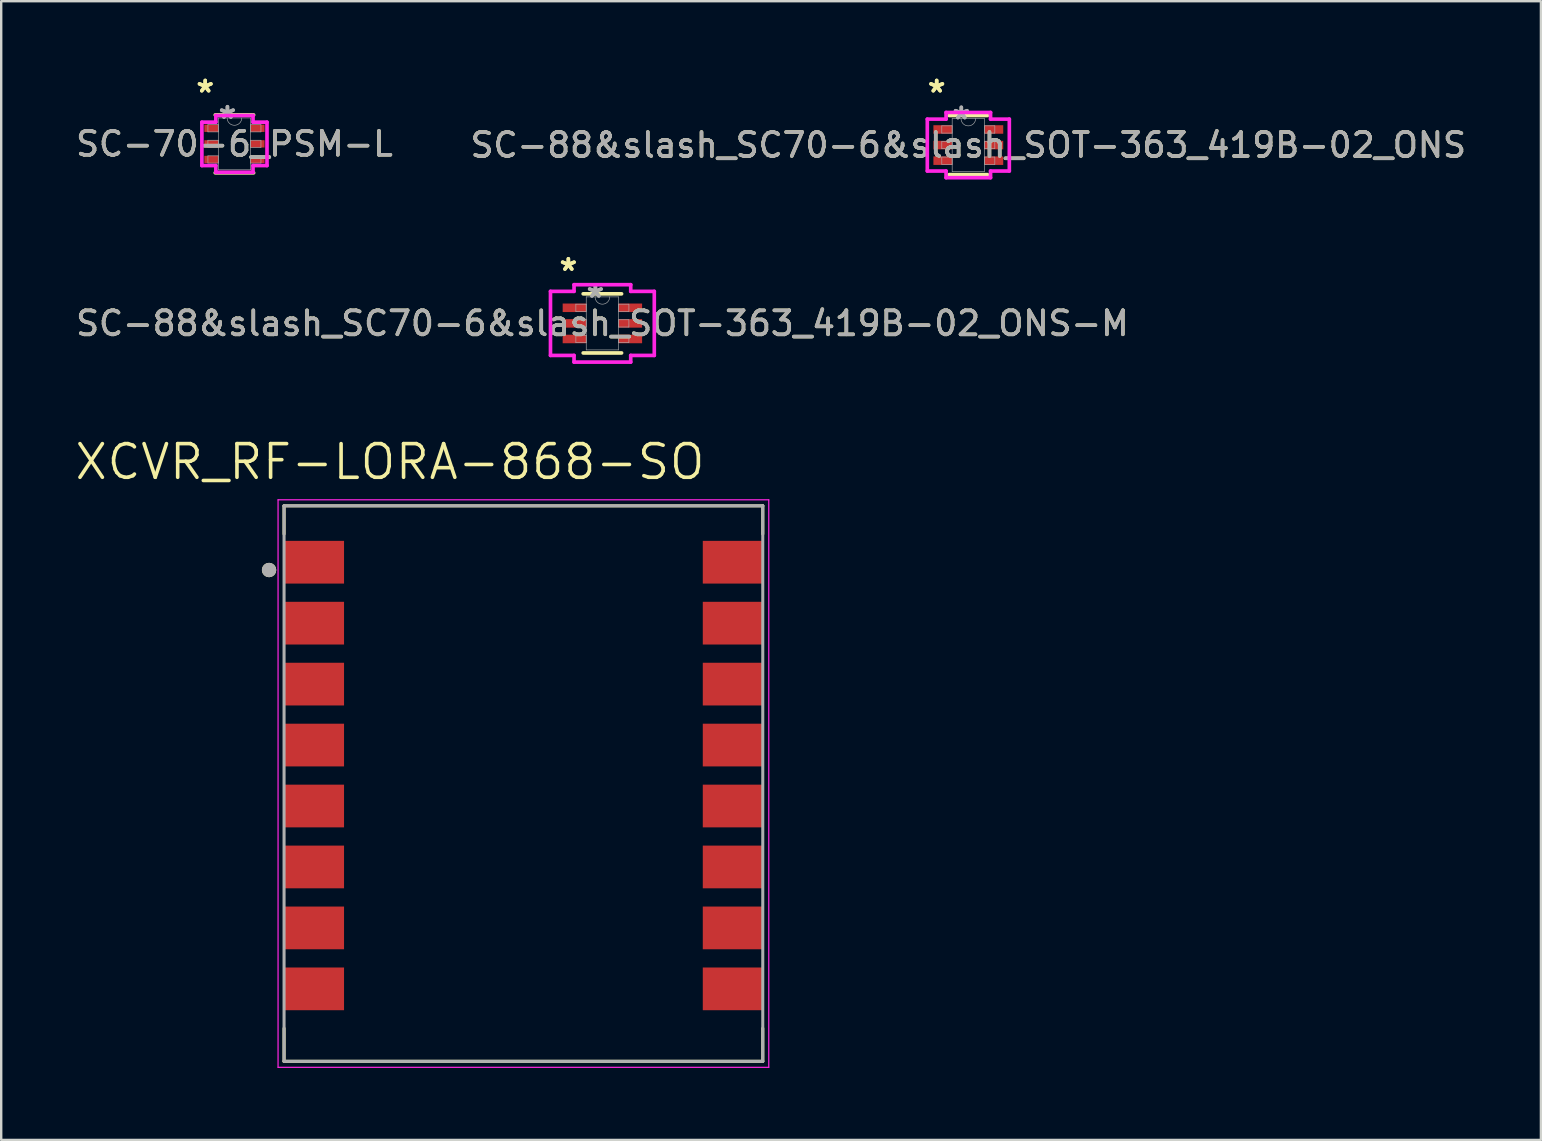
<source format=kicad_pcb>
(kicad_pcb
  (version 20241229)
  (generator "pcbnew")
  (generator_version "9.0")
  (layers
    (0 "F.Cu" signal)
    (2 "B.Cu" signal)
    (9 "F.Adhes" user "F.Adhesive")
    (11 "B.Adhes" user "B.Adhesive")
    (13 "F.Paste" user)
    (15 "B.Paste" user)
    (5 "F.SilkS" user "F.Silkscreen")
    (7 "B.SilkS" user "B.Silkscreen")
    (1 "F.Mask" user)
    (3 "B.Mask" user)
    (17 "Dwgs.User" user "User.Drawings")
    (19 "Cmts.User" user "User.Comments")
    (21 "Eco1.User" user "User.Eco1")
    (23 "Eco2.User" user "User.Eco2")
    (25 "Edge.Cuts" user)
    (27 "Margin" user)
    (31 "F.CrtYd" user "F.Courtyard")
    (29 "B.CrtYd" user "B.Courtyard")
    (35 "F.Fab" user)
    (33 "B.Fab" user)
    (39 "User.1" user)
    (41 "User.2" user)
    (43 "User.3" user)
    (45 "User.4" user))
  (footprint "SC-88&slash_SC70-6&slash_SOT-363_419B-02_ONS-M"
    (layer "F.Cu")
    (at 22.054 10.427)
    (property "Reference" "SC-88&slash_SC70-6&slash_SOT-363_419B-02_ONS-M" (at 0 0 0) (unlocked yes) (layer "F.SilkS") (effects (font (size 1 1) (thickness 0.15))))
    (attr smd)
    (fp_line (start -0.8 1.232) (end 0.8 1.232) (stroke (width 0.152) (type solid)) (layer "F.SilkS"))
    (fp_line (start 0.8 -1.232) (end -0.8 -1.232) (stroke (width 0.152) (type solid)) (layer "F.SilkS"))
    (fp_line (start -2.163 -1.335) (end -1.181 -1.335) (stroke (width 0.152) (type solid)) (layer "F.CrtYd"))
    (fp_line (start -2.163 1.335) (end -2.163 -1.335) (stroke (width 0.152) (type solid)) (layer "F.CrtYd"))
    (fp_line (start -2.163 1.335) (end -1.181 1.335) (stroke (width 0.152) (type solid)) (layer "F.CrtYd"))
    (fp_line (start -1.181 -1.613) (end 1.181 -1.613) (stroke (width 0.152) (type solid)) (layer "F.CrtYd"))
    (fp_line (start -1.181 -1.335) (end -1.181 -1.613) (stroke (width 0.152) (type solid)) (layer "F.CrtYd"))
    (fp_line (start -1.181 1.613) (end -1.181 1.335) (stroke (width 0.152) (type solid)) (layer "F.CrtYd"))
    (fp_line (start 1.181 -1.613) (end 1.181 -1.335) (stroke (width 0.152) (type solid)) (layer "F.CrtYd"))
    (fp_line (start 1.181 1.335) (end 1.181 1.613) (stroke (width 0.152) (type solid)) (layer "F.CrtYd"))
    (fp_line (start 1.181 1.613) (end -1.181 1.613) (stroke (width 0.152) (type solid)) (layer "F.CrtYd"))
    (fp_line (start 2.163 -1.335) (end 1.181 -1.335) (stroke (width 0.152) (type solid)) (layer "F.CrtYd"))
    (fp_line (start 2.163 -1.335) (end 2.163 1.335) (stroke (width 0.152) (type solid)) (layer "F.CrtYd"))
    (fp_line (start 2.163 1.335) (end 1.181 1.335) (stroke (width 0.152) (type solid)) (layer "F.CrtYd"))
    (fp_line (start -1.105 -0.802) (end -1.105 -0.498) (stroke (width 0.025) (type solid)) (layer "F.Fab"))
    (fp_line (start -1.105 -0.498) (end -0.673 -0.498) (stroke (width 0.025) (type solid)) (layer "F.Fab"))
    (fp_line (start -1.105 -0.152) (end -1.105 0.152) (stroke (width 0.025) (type solid)) (layer "F.Fab"))
    (fp_line (start -1.105 0.152) (end -0.673 0.152) (stroke (width 0.025) (type solid)) (layer "F.Fab"))
    (fp_line (start -1.105 0.498) (end -1.105 0.802) (stroke (width 0.025) (type solid)) (layer "F.Fab"))
    (fp_line (start -1.105 0.802) (end -0.673 0.802) (stroke (width 0.025) (type solid)) (layer "F.Fab"))
    (fp_line (start -0.673 -1.105) (end -0.673 1.105) (stroke (width 0.025) (type solid)) (layer "F.Fab"))
    (fp_line (start -0.673 -0.802) (end -1.105 -0.802) (stroke (width 0.025) (type solid)) (layer "F.Fab"))
    (fp_line (start -0.673 -0.498) (end -0.673 -0.802) (stroke (width 0.025) (type solid)) (layer "F.Fab"))
    (fp_line (start -0.673 -0.152) (end -1.105 -0.152) (stroke (width 0.025) (type solid)) (layer "F.Fab"))
    (fp_line (start -0.673 0.152) (end -0.673 -0.152) (stroke (width 0.025) (type solid)) (layer "F.Fab"))
    (fp_line (start -0.673 0.498) (end -1.105 0.498) (stroke (width 0.025) (type solid)) (layer "F.Fab"))
    (fp_line (start -0.673 0.802) (end -0.673 0.498) (stroke (width 0.025) (type solid)) (layer "F.Fab"))
    (fp_line (start -0.673 1.105) (end 0.673 1.105) (stroke (width 0.025) (type solid)) (layer "F.Fab"))
    (fp_line (start 0.673 -1.105) (end -0.673 -1.105) (stroke (width 0.025) (type solid)) (layer "F.Fab"))
    (fp_line (start 0.673 -0.802) (end 0.673 -0.498) (stroke (width 0.025) (type solid)) (layer "F.Fab"))
    (fp_line (start 0.673 -0.498) (end 1.105 -0.498) (stroke (width 0.025) (type solid)) (layer "F.Fab"))
    (fp_line (start 0.673 -0.152) (end 0.673 0.152) (stroke (width 0.025) (type solid)) (layer "F.Fab"))
    (fp_line (start 0.673 0.152) (end 1.105 0.152) (stroke (width 0.025) (type solid)) (layer "F.Fab"))
    (fp_line (start 0.673 0.498) (end 0.673 0.802) (stroke (width 0.025) (type solid)) (layer "F.Fab"))
    (fp_line (start 0.673 0.802) (end 1.105 0.802) (stroke (width 0.025) (type solid)) (layer "F.Fab"))
    (fp_line (start 0.673 1.105) (end 0.673 -1.105) (stroke (width 0.025) (type solid)) (layer "F.Fab"))
    (fp_line (start 1.105 -0.802) (end 0.673 -0.802) (stroke (width 0.025) (type solid)) (layer "F.Fab"))
    (fp_line (start 1.105 -0.498) (end 1.105 -0.802) (stroke (width 0.025) (type solid)) (layer "F.Fab"))
    (fp_line (start 1.105 -0.152) (end 0.673 -0.152) (stroke (width 0.025) (type solid)) (layer "F.Fab"))
    (fp_line (start 1.105 0.152) (end 1.105 -0.152) (stroke (width 0.025) (type solid)) (layer "F.Fab"))
    (fp_line (start 1.105 0.498) (end 0.673 0.498) (stroke (width 0.025) (type solid)) (layer "F.Fab"))
    (fp_line (start 1.105 0.802) (end 1.105 0.498) (stroke (width 0.025) (type solid)) (layer "F.Fab"))
    (fp_arc (start 0.3048 -1.1049) (mid 0 -0.8001) (end -0.3048 -1.1049) (stroke (width 0.0254) (type solid)) (layer "F.Fab"))
    (fp_text user "*" (at -1.418 -2.148 0) (unlocked yes) (layer "F.SilkS") (effects (font (size 1 1) (thickness 0.15))))
    (fp_text user "*" (at -1.418 -2.148 0) (layer "F.SilkS") (effects (font (size 1 1) (thickness 0.15))))
    (fp_text user "*" (at -0.292 -1.029 0) (unlocked yes) (layer "F.Fab") (effects (font (size 1 1) (thickness 0.15))))
    (fp_text user "${REFERENCE}" (at 0 0 0) (unlocked yes) (layer "F.Fab") (effects (font (size 1 1) (thickness 0.15))))
    (fp_text user "*" (at -0.292 -1.029 0) (layer "F.Fab") (effects (font (size 1 1) (thickness 0.15))))
    (pad "1" smd rect (at -1.164 -0.65) (size 0.982 0.355) (layers "F.Cu" "F.Mask" "F.Paste"))
    (pad "2" smd rect (at -1.164 0) (size 0.982 0.355) (layers "F.Cu" "F.Mask" "F.Paste"))
    (pad "3" smd rect (at -1.164 0.65) (size 0.982 0.355) (layers "F.Cu" "F.Mask" "F.Paste"))
    (pad "4" smd rect (at 1.164 0.65) (size 0.982 0.355) (layers "F.Cu" "F.Mask" "F.Paste"))
    (pad "5" smd rect (at 1.164 0) (size 0.982 0.355) (layers "F.Cu" "F.Mask" "F.Paste"))
    (pad "6" smd rect (at 1.164 -0.65) (size 0.982 0.355) (layers "F.Cu" "F.Mask" "F.Paste")))
  (footprint "SC-88&slash_SC70-6&slash_SOT-363_419B-02_ONS"
    (layer "F.Cu")
    (at 37.304 2.996)
    (property "Reference" "SC-88&slash_SC70-6&slash_SOT-363_419B-02_ONS" (at 0 0 0) (unlocked yes) (layer "F.SilkS") (effects (font (size 1 1) (thickness 0.15))))
    (attr smd)
    (fp_line (start -0.8 1.232) (end 0.8 1.232) (stroke (width 0.152) (type solid)) (layer "F.SilkS"))
    (fp_line (start 0.8 -1.232) (end -0.8 -1.232) (stroke (width 0.152) (type solid)) (layer "F.SilkS"))
    (fp_line (start -1.709 -1.081) (end -0.927 -1.081) (stroke (width 0.152) (type solid)) (layer "F.CrtYd"))
    (fp_line (start -1.709 1.081) (end -1.709 -1.081) (stroke (width 0.152) (type solid)) (layer "F.CrtYd"))
    (fp_line (start -1.709 1.081) (end -0.927 1.081) (stroke (width 0.152) (type solid)) (layer "F.CrtYd"))
    (fp_line (start -0.927 -1.359) (end 0.927 -1.359) (stroke (width 0.152) (type solid)) (layer "F.CrtYd"))
    (fp_line (start -0.927 -1.081) (end -0.927 -1.359) (stroke (width 0.152) (type solid)) (layer "F.CrtYd"))
    (fp_line (start -0.927 1.359) (end -0.927 1.081) (stroke (width 0.152) (type solid)) (layer "F.CrtYd"))
    (fp_line (start 0.927 -1.359) (end 0.927 -1.081) (stroke (width 0.152) (type solid)) (layer "F.CrtYd"))
    (fp_line (start 0.927 1.081) (end 0.927 1.359) (stroke (width 0.152) (type solid)) (layer "F.CrtYd"))
    (fp_line (start 0.927 1.359) (end -0.927 1.359) (stroke (width 0.152) (type solid)) (layer "F.CrtYd"))
    (fp_line (start 1.709 -1.081) (end 0.927 -1.081) (stroke (width 0.152) (type solid)) (layer "F.CrtYd"))
    (fp_line (start 1.709 -1.081) (end 1.709 1.081) (stroke (width 0.152) (type solid)) (layer "F.CrtYd"))
    (fp_line (start 1.709 1.081) (end 0.927 1.081) (stroke (width 0.152) (type solid)) (layer "F.CrtYd"))
    (fp_line (start -1.105 -0.802) (end -1.105 -0.498) (stroke (width 0.025) (type solid)) (layer "F.Fab"))
    (fp_line (start -1.105 -0.498) (end -0.673 -0.498) (stroke (width 0.025) (type solid)) (layer "F.Fab"))
    (fp_line (start -1.105 -0.152) (end -1.105 0.152) (stroke (width 0.025) (type solid)) (layer "F.Fab"))
    (fp_line (start -1.105 0.152) (end -0.673 0.152) (stroke (width 0.025) (type solid)) (layer "F.Fab"))
    (fp_line (start -1.105 0.498) (end -1.105 0.802) (stroke (width 0.025) (type solid)) (layer "F.Fab"))
    (fp_line (start -1.105 0.802) (end -0.673 0.802) (stroke (width 0.025) (type solid)) (layer "F.Fab"))
    (fp_line (start -0.673 -1.105) (end -0.673 1.105) (stroke (width 0.025) (type solid)) (layer "F.Fab"))
    (fp_line (start -0.673 -0.802) (end -1.105 -0.802) (stroke (width 0.025) (type solid)) (layer "F.Fab"))
    (fp_line (start -0.673 -0.498) (end -0.673 -0.802) (stroke (width 0.025) (type solid)) (layer "F.Fab"))
    (fp_line (start -0.673 -0.152) (end -1.105 -0.152) (stroke (width 0.025) (type solid)) (layer "F.Fab"))
    (fp_line (start -0.673 0.152) (end -0.673 -0.152) (stroke (width 0.025) (type solid)) (layer "F.Fab"))
    (fp_line (start -0.673 0.498) (end -1.105 0.498) (stroke (width 0.025) (type solid)) (layer "F.Fab"))
    (fp_line (start -0.673 0.802) (end -0.673 0.498) (stroke (width 0.025) (type solid)) (layer "F.Fab"))
    (fp_line (start -0.673 1.105) (end 0.673 1.105) (stroke (width 0.025) (type solid)) (layer "F.Fab"))
    (fp_line (start 0.673 -1.105) (end -0.673 -1.105) (stroke (width 0.025) (type solid)) (layer "F.Fab"))
    (fp_line (start 0.673 -0.802) (end 0.673 -0.498) (stroke (width 0.025) (type solid)) (layer "F.Fab"))
    (fp_line (start 0.673 -0.498) (end 1.105 -0.498) (stroke (width 0.025) (type solid)) (layer "F.Fab"))
    (fp_line (start 0.673 -0.152) (end 0.673 0.152) (stroke (width 0.025) (type solid)) (layer "F.Fab"))
    (fp_line (start 0.673 0.152) (end 1.105 0.152) (stroke (width 0.025) (type solid)) (layer "F.Fab"))
    (fp_line (start 0.673 0.498) (end 0.673 0.802) (stroke (width 0.025) (type solid)) (layer "F.Fab"))
    (fp_line (start 0.673 0.802) (end 1.105 0.802) (stroke (width 0.025) (type solid)) (layer "F.Fab"))
    (fp_line (start 0.673 1.105) (end 0.673 -1.105) (stroke (width 0.025) (type solid)) (layer "F.Fab"))
    (fp_line (start 1.105 -0.802) (end 0.673 -0.802) (stroke (width 0.025) (type solid)) (layer "F.Fab"))
    (fp_line (start 1.105 -0.498) (end 1.105 -0.802) (stroke (width 0.025) (type solid)) (layer "F.Fab"))
    (fp_line (start 1.105 -0.152) (end 0.673 -0.152) (stroke (width 0.025) (type solid)) (layer "F.Fab"))
    (fp_line (start 1.105 0.152) (end 1.105 -0.152) (stroke (width 0.025) (type solid)) (layer "F.Fab"))
    (fp_line (start 1.105 0.498) (end 0.673 0.498) (stroke (width 0.025) (type solid)) (layer "F.Fab"))
    (fp_line (start 1.105 0.802) (end 1.105 0.498) (stroke (width 0.025) (type solid)) (layer "F.Fab"))
    (fp_arc (start 0.3048 -1.1049) (mid 0 -0.8001) (end -0.3048 -1.1049) (stroke (width 0.0254) (type solid)) (layer "F.Fab"))
    (fp_text user "*" (at -1.318 -2.148 0) (unlocked yes) (layer "F.SilkS") (effects (font (size 1 1) (thickness 0.15))))
    (fp_text user "*" (at -1.318 -2.148 0) (layer "F.SilkS") (effects (font (size 1 1) (thickness 0.15))))
    (fp_text user "*" (at -0.292 -1.029 0) (layer "F.Fab") (effects (font (size 1 1) (thickness 0.15))))
    (fp_text user "${REFERENCE}" (at 0 0 0) (unlocked yes) (layer "F.Fab") (effects (font (size 1 1) (thickness 0.15))))
    (fp_text user "*" (at -0.292 -1.029 0) (unlocked yes) (layer "F.Fab") (effects (font (size 1 1) (thickness 0.15))))
    (pad "1" smd rect (at -1.064 -0.65) (size 0.782 0.355) (layers "F.Cu" "F.Mask" "F.Paste"))
    (pad "2" smd rect (at -1.064 0) (size 0.782 0.355) (layers "F.Cu" "F.Mask" "F.Paste"))
    (pad "3" smd rect (at -1.064 0.65) (size 0.782 0.355) (layers "F.Cu" "F.Mask" "F.Paste"))
    (pad "4" smd rect (at 1.064 0.65) (size 0.782 0.355) (layers "F.Cu" "F.Mask" "F.Paste"))
    (pad "5" smd rect (at 1.064 0) (size 0.782 0.355) (layers "F.Cu" "F.Mask" "F.Paste"))
    (pad "6" smd rect (at 1.064 -0.65) (size 0.782 0.355) (layers "F.Cu" "F.Mask" "F.Paste")))
  (footprint "SC-70-6_PSM-L"
    (layer "F.Cu")
    (at 6.72 2.946)
    (property "Reference" "SC-70-6_PSM-L" (at 0 0 0) (unlocked yes) (layer "F.SilkS") (effects (font (size 1 1) (thickness 0.15))))
    (attr smd)
    (fp_line (start -0.8 1.206) (end 0.8 1.206) (stroke (width 0.152) (type solid)) (layer "F.SilkS"))
    (fp_line (start 0.8 -1.206) (end -0.8 -1.206) (stroke (width 0.152) (type solid)) (layer "F.SilkS"))
    (fp_line (start -1.357 -0.904) (end -0.775 -0.904) (stroke (width 0.152) (type solid)) (layer "F.CrtYd"))
    (fp_line (start -1.357 0.904) (end -1.357 -0.904) (stroke (width 0.152) (type solid)) (layer "F.CrtYd"))
    (fp_line (start -1.357 0.904) (end -0.775 0.904) (stroke (width 0.152) (type solid)) (layer "F.CrtYd"))
    (fp_line (start -0.775 -1.181) (end 0.775 -1.181) (stroke (width 0.152) (type solid)) (layer "F.CrtYd"))
    (fp_line (start -0.775 -0.904) (end -0.775 -1.181) (stroke (width 0.152) (type solid)) (layer "F.CrtYd"))
    (fp_line (start -0.775 1.181) (end -0.775 0.904) (stroke (width 0.152) (type solid)) (layer "F.CrtYd"))
    (fp_line (start 0.775 -1.181) (end 0.775 -0.904) (stroke (width 0.152) (type solid)) (layer "F.CrtYd"))
    (fp_line (start 0.775 0.904) (end 0.775 1.181) (stroke (width 0.152) (type solid)) (layer "F.CrtYd"))
    (fp_line (start 0.775 1.181) (end -0.775 1.181) (stroke (width 0.152) (type solid)) (layer "F.CrtYd"))
    (fp_line (start 1.357 -0.904) (end 0.775 -0.904) (stroke (width 0.152) (type solid)) (layer "F.CrtYd"))
    (fp_line (start 1.357 -0.904) (end 1.357 0.904) (stroke (width 0.152) (type solid)) (layer "F.CrtYd"))
    (fp_line (start 1.357 0.904) (end 0.775 0.904) (stroke (width 0.152) (type solid)) (layer "F.CrtYd"))
    (fp_line (start -1.105 -0.802) (end -1.105 -0.498) (stroke (width 0.025) (type solid)) (layer "F.Fab"))
    (fp_line (start -1.105 -0.498) (end -0.673 -0.498) (stroke (width 0.025) (type solid)) (layer "F.Fab"))
    (fp_line (start -1.105 -0.152) (end -1.105 0.152) (stroke (width 0.025) (type solid)) (layer "F.Fab"))
    (fp_line (start -1.105 0.152) (end -0.673 0.152) (stroke (width 0.025) (type solid)) (layer "F.Fab"))
    (fp_line (start -1.105 0.498) (end -1.105 0.802) (stroke (width 0.025) (type solid)) (layer "F.Fab"))
    (fp_line (start -1.105 0.802) (end -0.673 0.802) (stroke (width 0.025) (type solid)) (layer "F.Fab"))
    (fp_line (start -0.673 -1.079) (end -0.673 1.079) (stroke (width 0.025) (type solid)) (layer "F.Fab"))
    (fp_line (start -0.673 -0.802) (end -1.105 -0.802) (stroke (width 0.025) (type solid)) (layer "F.Fab"))
    (fp_line (start -0.673 -0.498) (end -0.673 -0.802) (stroke (width 0.025) (type solid)) (layer "F.Fab"))
    (fp_line (start -0.673 -0.152) (end -1.105 -0.152) (stroke (width 0.025) (type solid)) (layer "F.Fab"))
    (fp_line (start -0.673 0.152) (end -0.673 -0.152) (stroke (width 0.025) (type solid)) (layer "F.Fab"))
    (fp_line (start -0.673 0.498) (end -1.105 0.498) (stroke (width 0.025) (type solid)) (layer "F.Fab"))
    (fp_line (start -0.673 0.802) (end -0.673 0.498) (stroke (width 0.025) (type solid)) (layer "F.Fab"))
    (fp_line (start -0.673 1.079) (end 0.673 1.079) (stroke (width 0.025) (type solid)) (layer "F.Fab"))
    (fp_line (start 0.673 -1.079) (end -0.673 -1.079) (stroke (width 0.025) (type solid)) (layer "F.Fab"))
    (fp_line (start 0.673 -0.802) (end 0.673 -0.498) (stroke (width 0.025) (type solid)) (layer "F.Fab"))
    (fp_line (start 0.673 -0.498) (end 1.105 -0.498) (stroke (width 0.025) (type solid)) (layer "F.Fab"))
    (fp_line (start 0.673 -0.152) (end 0.673 0.152) (stroke (width 0.025) (type solid)) (layer "F.Fab"))
    (fp_line (start 0.673 0.152) (end 1.105 0.152) (stroke (width 0.025) (type solid)) (layer "F.Fab"))
    (fp_line (start 0.673 0.498) (end 0.673 0.802) (stroke (width 0.025) (type solid)) (layer "F.Fab"))
    (fp_line (start 0.673 0.802) (end 1.105 0.802) (stroke (width 0.025) (type solid)) (layer "F.Fab"))
    (fp_line (start 0.673 1.079) (end 0.673 -1.079) (stroke (width 0.025) (type solid)) (layer "F.Fab"))
    (fp_line (start 1.105 -0.802) (end 0.673 -0.802) (stroke (width 0.025) (type solid)) (layer "F.Fab"))
    (fp_line (start 1.105 -0.498) (end 1.105 -0.802) (stroke (width 0.025) (type solid)) (layer "F.Fab"))
    (fp_line (start 1.105 -0.152) (end 0.673 -0.152) (stroke (width 0.025) (type solid)) (layer "F.Fab"))
    (fp_line (start 1.105 0.152) (end 1.105 -0.152) (stroke (width 0.025) (type solid)) (layer "F.Fab"))
    (fp_line (start 1.105 0.498) (end 0.673 0.498) (stroke (width 0.025) (type solid)) (layer "F.Fab"))
    (fp_line (start 1.105 0.802) (end 1.105 0.498) (stroke (width 0.025) (type solid)) (layer "F.Fab"))
    (fp_arc (start 0.3048 -1.0795) (mid 0 -0.7747) (end -0.3048 -1.0795) (stroke (width 0.0254) (type solid)) (layer "F.Fab"))
    (fp_text user "*" (at -1.218 -2.098 0) (layer "F.SilkS") (effects (font (size 1 1) (thickness 0.15))))
    (fp_text user "*" (at -1.218 -2.098 0) (unlocked yes) (layer "F.SilkS") (effects (font (size 1 1) (thickness 0.15))))
    (fp_text user "*" (at -0.292 -1.003 0) (layer "F.Fab") (effects (font (size 1 1) (thickness 0.15))))
    (fp_text user "${REFERENCE}" (at 0 0 0) (unlocked yes) (layer "F.Fab") (effects (font (size 1 1) (thickness 0.15))))
    (fp_text user "*" (at -0.292 -1.003 0) (unlocked yes) (layer "F.Fab") (effects (font (size 1 1) (thickness 0.15))))
    (pad "1" smd rect (at -0.964 -0.65) (size 0.582 0.305) (layers "F.Cu" "F.Mask" "F.Paste"))
    (pad "2" smd rect (at -0.964 0) (size 0.582 0.305) (layers "F.Cu" "F.Mask" "F.Paste"))
    (pad "3" smd rect (at -0.964 0.65) (size 0.582 0.305) (layers "F.Cu" "F.Mask" "F.Paste"))
    (pad "4" smd rect (at 0.964 0.65) (size 0.582 0.305) (layers "F.Cu" "F.Mask" "F.Paste"))
    (pad "5" smd rect (at 0.964 0) (size 0.582 0.305) (layers "F.Cu" "F.Mask" "F.Paste"))
    (pad "6" smd rect (at 0.964 -0.65) (size 0.582 0.305) (layers "F.Cu" "F.Mask" "F.Paste")))
  (footprint "XCVR_RF-LORA-868-SO"
    (layer "F.Cu")
    (at 18.763 29.605)
    (property "Reference" "XCVR_RF-LORA-868-SO" (at -5.562 -13.406 0) (layer "F.SilkS") (effects (font (size 1.402 1.402) (thickness 0.15))))
    (attr smd)
    (fp_line (start -9.975 -11.575) (end -9.975 -10.4) (stroke (width 0.127) (type solid)) (layer "F.SilkS"))
    (fp_line (start -9.975 11.575) (end -9.975 10.2) (stroke (width 0.127) (type solid)) (layer "F.SilkS"))
    (fp_line (start -9.975 11.575) (end 9.975 11.575) (stroke (width 0.127) (type solid)) (layer "F.SilkS"))
    (fp_line (start 9.975 -11.575) (end -9.975 -11.575) (stroke (width 0.127) (type solid)) (layer "F.SilkS"))
    (fp_line (start 9.975 -11.575) (end 9.975 -10.4) (stroke (width 0.127) (type solid)) (layer "F.SilkS"))
    (fp_line (start 9.975 11.575) (end 9.975 10.2) (stroke (width 0.127) (type solid)) (layer "F.SilkS"))
    (fp_circle (center -10.6 -8.9) (end -10.45 -8.9) (stroke (width 0.3) (type solid)) (fill no) (layer "F.SilkS"))
    (fp_line (start -10.225 -11.825) (end 10.225 -11.825) (stroke (width 0.05) (type solid)) (layer "F.CrtYd"))
    (fp_line (start -10.225 11.825) (end -10.225 -11.825) (stroke (width 0.05) (type solid)) (layer "F.CrtYd"))
    (fp_line (start 10.225 -11.825) (end 10.225 11.825) (stroke (width 0.05) (type solid)) (layer "F.CrtYd"))
    (fp_line (start 10.225 11.825) (end -10.225 11.825) (stroke (width 0.05) (type solid)) (layer "F.CrtYd"))
    (fp_line (start -9.975 -11.575) (end 9.975 -11.575) (stroke (width 0.127) (type solid)) (layer "F.Fab"))
    (fp_line (start -9.975 11.575) (end -9.975 -11.575) (stroke (width 0.127) (type solid)) (layer "F.Fab"))
    (fp_line (start 9.975 -11.575) (end 9.975 11.575) (stroke (width 0.127) (type solid)) (layer "F.Fab"))
    (fp_line (start 9.975 11.575) (end -9.975 11.575) (stroke (width 0.127) (type solid)) (layer "F.Fab"))
    (fp_circle (center -10.6 -8.9) (end -10.45 -8.9) (stroke (width 0.3) (type solid)) (fill no) (layer "F.Fab"))
    (pad "1" smd rect (at -8.725 -9.225) (size 2.5 1.78) (layers "F.Cu" "F.Mask" "F.Paste"))
    (pad "2" smd rect (at -8.725 -6.685) (size 2.5 1.78) (layers "F.Cu" "F.Mask" "F.Paste"))
    (pad "3" smd rect (at -8.725 -4.145) (size 2.5 1.78) (layers "F.Cu" "F.Mask" "F.Paste"))
    (pad "4" smd rect (at -8.725 -1.605) (size 2.5 1.78) (layers "F.Cu" "F.Mask" "F.Paste"))
    (pad "5" smd rect (at -8.725 0.935) (size 2.5 1.78) (layers "F.Cu" "F.Mask" "F.Paste"))
    (pad "6" smd rect (at -8.725 3.475) (size 2.5 1.78) (layers "F.Cu" "F.Mask" "F.Paste"))
    (pad "7" smd rect (at -8.725 6.015) (size 2.5 1.78) (layers "F.Cu" "F.Mask" "F.Paste"))
    (pad "8" smd rect (at -8.725 8.555) (size 2.5 1.78) (layers "F.Cu" "F.Mask" "F.Paste"))
    (pad "9" smd rect (at 8.725 8.555) (size 2.5 1.78) (layers "F.Cu" "F.Mask" "F.Paste"))
    (pad "10" smd rect (at 8.725 6.015) (size 2.5 1.78) (layers "F.Cu" "F.Mask" "F.Paste"))
    (pad "11" smd rect (at 8.725 3.475) (size 2.5 1.78) (layers "F.Cu" "F.Mask" "F.Paste"))
    (pad "12" smd rect (at 8.725 0.935) (size 2.5 1.78) (layers "F.Cu" "F.Mask" "F.Paste"))
    (pad "13" smd rect (at 8.725 -1.605) (size 2.5 1.78) (layers "F.Cu" "F.Mask" "F.Paste"))
    (pad "14" smd rect (at 8.725 -4.145) (size 2.5 1.78) (layers "F.Cu" "F.Mask" "F.Paste"))
    (pad "15" smd rect (at 8.725 -6.685) (size 2.5 1.78) (layers "F.Cu" "F.Mask" "F.Paste"))
    (pad "16" smd rect (at 8.725 -9.225) (size 2.5 1.78) (layers "F.Cu" "F.Mask" "F.Paste")))
  (gr_rect
    (start -3 -3)
    (end 61.167 44.455)
    (stroke (width 0.1) (type default))
    (fill no)
    (layer "Edge.Cuts")))
</source>
